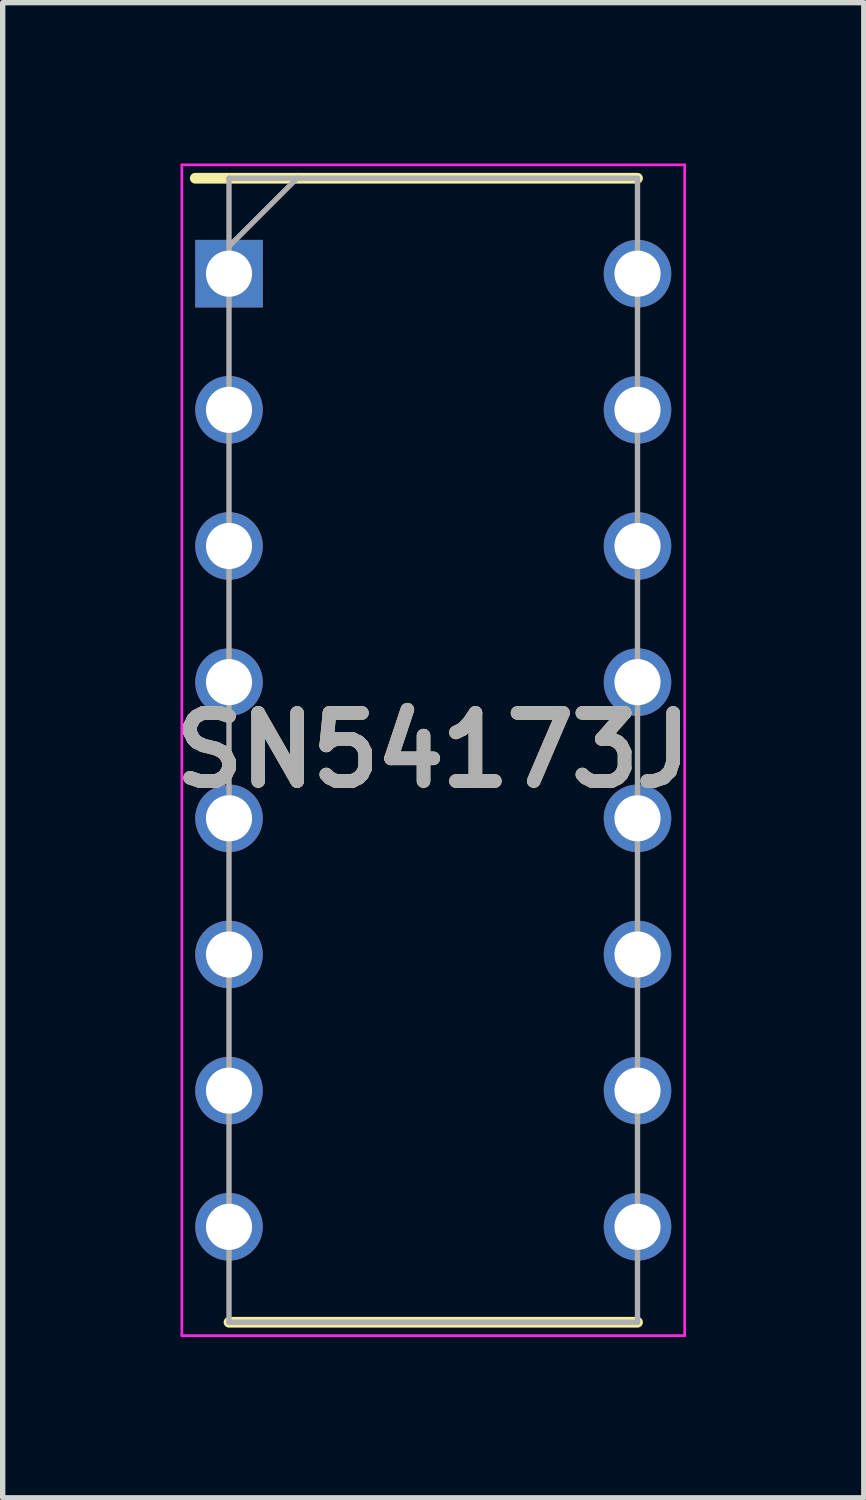
<source format=kicad_pcb>
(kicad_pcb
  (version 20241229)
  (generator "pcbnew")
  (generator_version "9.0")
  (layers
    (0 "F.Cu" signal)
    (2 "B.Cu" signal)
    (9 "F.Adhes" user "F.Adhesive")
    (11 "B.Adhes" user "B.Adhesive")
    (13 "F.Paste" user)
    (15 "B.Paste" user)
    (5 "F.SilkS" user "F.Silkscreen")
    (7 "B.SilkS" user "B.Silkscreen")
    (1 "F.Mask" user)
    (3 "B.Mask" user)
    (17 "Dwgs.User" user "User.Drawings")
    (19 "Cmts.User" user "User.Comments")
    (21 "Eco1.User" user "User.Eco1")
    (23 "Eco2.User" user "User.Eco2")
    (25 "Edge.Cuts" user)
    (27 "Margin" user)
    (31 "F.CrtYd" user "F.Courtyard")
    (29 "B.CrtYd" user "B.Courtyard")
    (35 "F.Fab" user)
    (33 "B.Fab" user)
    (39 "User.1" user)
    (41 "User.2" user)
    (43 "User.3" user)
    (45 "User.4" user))
  (footprint "SN54173J"
    (layer "F.Cu")
    (at 5.032 10.945)
    (property "Reference" "SN54173J" (at 0 0 0) (layer "F.SilkS") (effects (font (size 1.27 1.27) (thickness 0.254))))
    (attr through_hole)
    (fp_line (start -4.44 -10.67) (end 3.81 -10.67) (stroke (width 0.2) (type solid)) (layer "F.SilkS"))
    (fp_line (start -3.81 10.67) (end 3.81 10.67) (stroke (width 0.2) (type solid)) (layer "F.SilkS"))
    (fp_line (start -4.69 -10.92) (end 4.69 -10.92) (stroke (width 0.05) (type solid)) (layer "F.CrtYd"))
    (fp_line (start -4.69 10.92) (end -4.69 -10.92) (stroke (width 0.05) (type solid)) (layer "F.CrtYd"))
    (fp_line (start 4.69 -10.92) (end 4.69 10.92) (stroke (width 0.05) (type solid)) (layer "F.CrtYd"))
    (fp_line (start 4.69 10.92) (end -4.69 10.92) (stroke (width 0.05) (type solid)) (layer "F.CrtYd"))
    (fp_line (start -3.81 -10.67) (end 3.81 -10.67) (stroke (width 0.1) (type solid)) (layer "F.Fab"))
    (fp_line (start -3.81 -9.4) (end -2.54 -10.67) (stroke (width 0.1) (type solid)) (layer "F.Fab"))
    (fp_line (start -3.81 10.67) (end -3.81 -10.67) (stroke (width 0.1) (type solid)) (layer "F.Fab"))
    (fp_line (start 3.81 -10.67) (end 3.81 10.67) (stroke (width 0.1) (type solid)) (layer "F.Fab"))
    (fp_line (start 3.81 10.67) (end -3.81 10.67) (stroke (width 0.1) (type solid)) (layer "F.Fab"))
    (fp_text user "${REFERENCE}" (at 0 0 0) (layer "F.Fab") (effects (font (size 1.27 1.27) (thickness 0.254))))
    (pad "1" thru_hole rect (at -3.81 -8.89) (size 1.26 1.26) (drill 0.86) (layers "*.Cu" "*.Mask"))
    (pad "2" thru_hole circle (at -3.81 -6.35) (size 1.26 1.26) (drill 0.86) (layers "*.Cu" "*.Mask"))
    (pad "3" thru_hole circle (at -3.81 -3.81) (size 1.26 1.26) (drill 0.86) (layers "*.Cu" "*.Mask"))
    (pad "4" thru_hole circle (at -3.81 -1.27) (size 1.26 1.26) (drill 0.86) (layers "*.Cu" "*.Mask"))
    (pad "5" thru_hole circle (at -3.81 1.27) (size 1.26 1.26) (drill 0.86) (layers "*.Cu" "*.Mask"))
    (pad "6" thru_hole circle (at -3.81 3.81) (size 1.26 1.26) (drill 0.86) (layers "*.Cu" "*.Mask"))
    (pad "7" thru_hole circle (at -3.81 6.35) (size 1.26 1.26) (drill 0.86) (layers "*.Cu" "*.Mask"))
    (pad "8" thru_hole circle (at -3.81 8.89) (size 1.26 1.26) (drill 0.86) (layers "*.Cu" "*.Mask"))
    (pad "9" thru_hole circle (at 3.81 8.89) (size 1.26 1.26) (drill 0.86) (layers "*.Cu" "*.Mask"))
    (pad "10" thru_hole circle (at 3.81 6.35) (size 1.26 1.26) (drill 0.86) (layers "*.Cu" "*.Mask"))
    (pad "11" thru_hole circle (at 3.81 3.81) (size 1.26 1.26) (drill 0.86) (layers "*.Cu" "*.Mask"))
    (pad "12" thru_hole circle (at 3.81 1.27) (size 1.26 1.26) (drill 0.86) (layers "*.Cu" "*.Mask"))
    (pad "13" thru_hole circle (at 3.81 -1.27) (size 1.26 1.26) (drill 0.86) (layers "*.Cu" "*.Mask"))
    (pad "14" thru_hole circle (at 3.81 -3.81) (size 1.26 1.26) (drill 0.86) (layers "*.Cu" "*.Mask"))
    (pad "15" thru_hole circle (at 3.81 -6.35) (size 1.26 1.26) (drill 0.86) (layers "*.Cu" "*.Mask"))
    (pad "16" thru_hole circle (at 3.81 -8.89) (size 1.26 1.26) (drill 0.86) (layers "*.Cu" "*.Mask")))
  (gr_rect
    (start -3 -3)
    (end 13.063 24.89)
    (stroke (width 0.1) (type default))
    (fill no)
    (layer "Edge.Cuts")))
</source>
